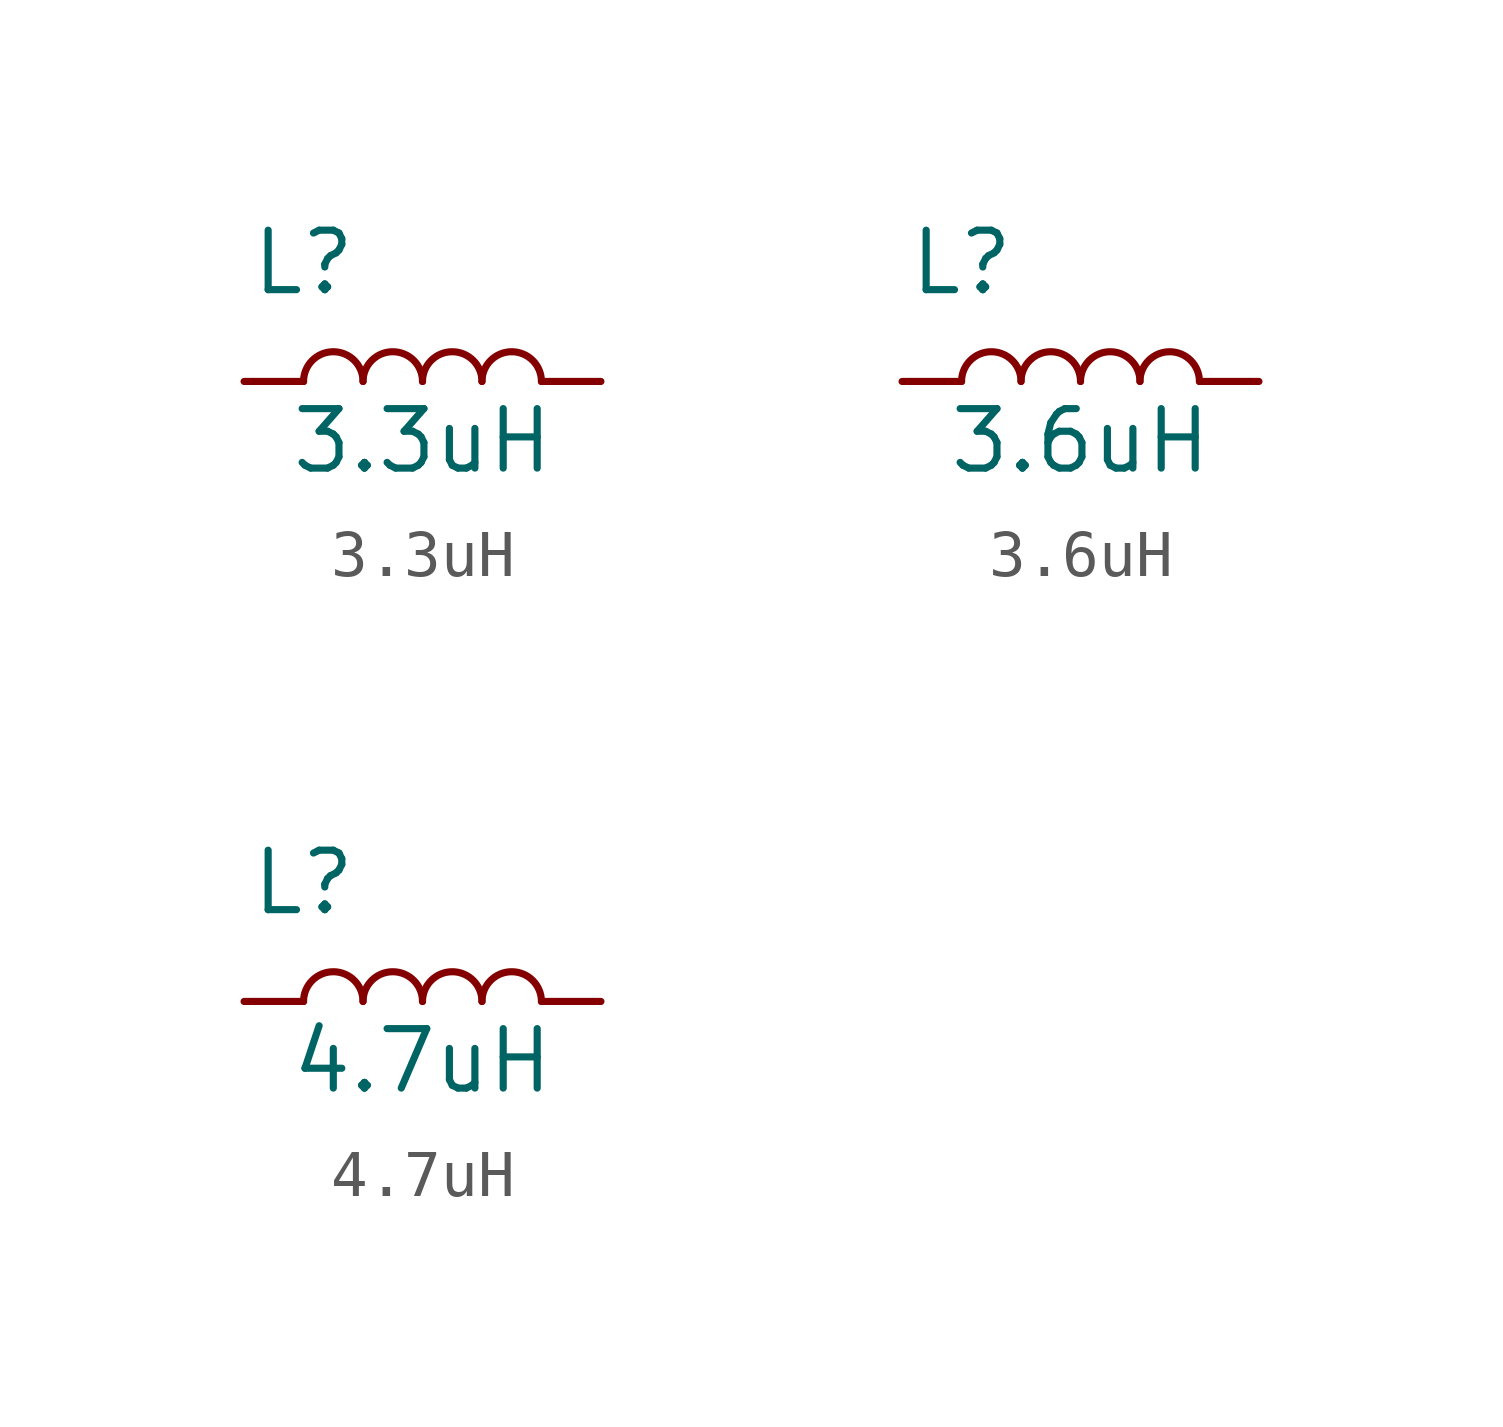
<source format=kicad_sym>
(kicad_symbol_lib
  (version 20241209)
  (generator "kicad_symbol_editor")
  (generator_version "9.0")
  (symbol "3.3uH"
    (pin_numbers
      (hide yes))
    (pin_names
      (offset 1.016)
      (hide yes))
    (property "Reference" "L"
      (at -2.54 2.54 0)
      (effects (font (size 1.27 1.27))))
    (property "Value" "3.3uH"
      (at 0 -1.27 0)
      (effects (font (size 1.27 1.27))))
    (symbol "3.3uH_0_1"
      (arc (start -2.54 0) (mid -1.905 0.6323) (end -1.27 0) (stroke (width 0) (type default)) (fill (type none)))
      (arc (start -1.27 0) (mid -0.635 0.6323) (end 0 0) (stroke (width 0) (type default)) (fill (type none)))
      (arc (start 0 0) (mid 0.635 0.6323) (end 1.27 0) (stroke (width 0) (type default)) (fill (type none)))
      (arc (start 1.27 0) (mid 1.905 0.6323) (end 2.54 0) (stroke (width 0) (type default)) (fill (type none))))
    (symbol "3.3uH_1_1"
      (pin input line (at -3.81 0 0) (length 1.27) (name "1" (effects (font (size 1.27 1.27)))) (number "1" (effects (font (size 1.27 1.27)))))
      (pin input line (at 3.81 0 180) (length 1.27) (name "2" (effects (font (size 1.27 1.27)))) (number "2" (effects (font (size 1.27 1.27)))))))
  (symbol "3.6uH"
    (pin_numbers
      (hide yes))
    (pin_names
      (offset 1.016)
      (hide yes))
    (property "Reference" "L"
      (at -2.54 2.54 0)
      (effects (font (size 1.27 1.27))))
    (property "Value" "3.6uH"
      (at 0 -1.27 0)
      (effects (font (size 1.27 1.27))))
    (symbol "3.6uH_0_1"
      (arc (start -2.54 0) (mid -1.905 0.6323) (end -1.27 0) (stroke (width 0) (type default)) (fill (type none)))
      (arc (start -1.27 0) (mid -0.635 0.6323) (end 0 0) (stroke (width 0) (type default)) (fill (type none)))
      (arc (start 0 0) (mid 0.635 0.6323) (end 1.27 0) (stroke (width 0) (type default)) (fill (type none)))
      (arc (start 1.27 0) (mid 1.905 0.6323) (end 2.54 0) (stroke (width 0) (type default)) (fill (type none))))
    (symbol "3.6uH_1_1"
      (pin input line (at -3.81 0 0) (length 1.27) (name "1" (effects (font (size 1.27 1.27)))) (number "1" (effects (font (size 1.27 1.27)))))
      (pin input line (at 3.81 0 180) (length 1.27) (name "2" (effects (font (size 1.27 1.27)))) (number "2" (effects (font (size 1.27 1.27)))))))
  (symbol "4.7uH"
    (pin_numbers
      (hide yes))
    (pin_names
      (offset 1.016)
      (hide yes))
    (property "Reference" "L"
      (at -2.54 2.54 0)
      (effects (font (size 1.27 1.27))))
    (property "Value" "4.7uH"
      (at 0 -1.27 0)
      (effects (font (size 1.27 1.27))))
    (symbol "4.7uH_0_1"
      (arc (start -2.54 0) (mid -1.905 0.6323) (end -1.27 0) (stroke (width 0) (type default)) (fill (type none)))
      (arc (start -1.27 0) (mid -0.635 0.6323) (end 0 0) (stroke (width 0) (type default)) (fill (type none)))
      (arc (start 0 0) (mid 0.635 0.6323) (end 1.27 0) (stroke (width 0) (type default)) (fill (type none)))
      (arc (start 1.27 0) (mid 1.905 0.6323) (end 2.54 0) (stroke (width 0) (type default)) (fill (type none))))
    (symbol "4.7uH_1_1"
      (pin input line (at -3.81 0 0) (length 1.27) (name "1" (effects (font (size 1.27 1.27)))) (number "1" (effects (font (size 1.27 1.27)))))
      (pin input line (at 3.81 0 180) (length 1.27) (name "2" (effects (font (size 1.27 1.27)))) (number "2" (effects (font (size 1.27 1.27))))))))
</source>
